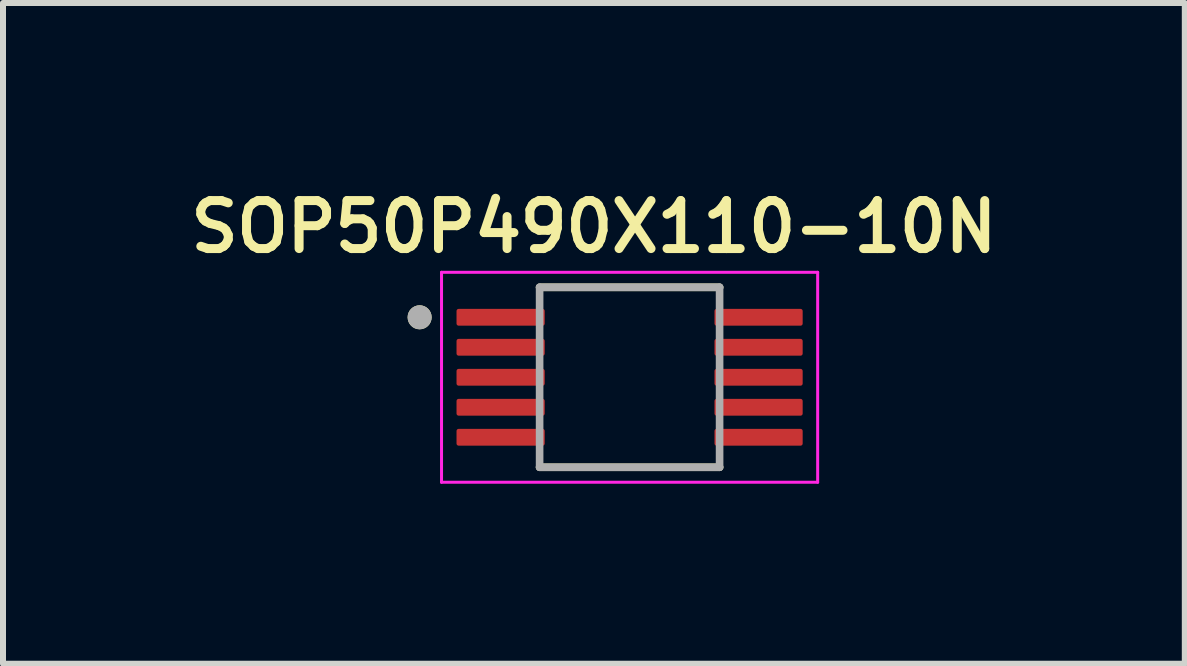
<source format=kicad_pcb>
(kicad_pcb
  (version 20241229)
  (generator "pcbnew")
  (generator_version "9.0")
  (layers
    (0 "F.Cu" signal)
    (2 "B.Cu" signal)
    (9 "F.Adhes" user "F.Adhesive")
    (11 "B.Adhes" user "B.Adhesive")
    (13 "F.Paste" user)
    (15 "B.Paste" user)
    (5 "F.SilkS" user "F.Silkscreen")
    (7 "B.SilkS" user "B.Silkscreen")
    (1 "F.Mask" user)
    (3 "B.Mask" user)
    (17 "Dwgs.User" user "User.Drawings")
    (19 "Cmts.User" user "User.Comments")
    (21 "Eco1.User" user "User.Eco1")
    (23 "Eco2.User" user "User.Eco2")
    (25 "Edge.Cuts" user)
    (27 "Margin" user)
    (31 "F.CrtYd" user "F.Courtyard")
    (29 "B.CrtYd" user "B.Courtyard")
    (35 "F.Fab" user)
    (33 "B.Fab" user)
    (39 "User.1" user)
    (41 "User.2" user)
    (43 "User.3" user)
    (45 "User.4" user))
  (footprint "SOP50P490X110-10N"
    (layer "F.Cu")
    (at 7.445 3.239)
    (property "Reference" "SOP50P490X110-10N" (at -0.595 -2.508 0) (layer "F.SilkS") (effects (font (size 0.8 0.8) (thickness 0.15))))
    (attr smd)
    (fp_line (start -1.5 -1.5) (end 1.5 -1.5) (stroke (width 0.127) (type solid)) (layer "F.SilkS"))
    (fp_line (start -1.5 1.5) (end 1.5 1.5) (stroke (width 0.127) (type solid)) (layer "F.SilkS"))
    (fp_circle (center -3.5 -1) (end -3.4 -1) (stroke (width 0.2) (type solid)) (fill no) (layer "F.SilkS"))
    (fp_line (start -3.135 -1.75) (end -3.135 1.75) (stroke (width 0.05) (type solid)) (layer "F.CrtYd"))
    (fp_line (start -3.135 -1.75) (end 3.135 -1.75) (stroke (width 0.05) (type solid)) (layer "F.CrtYd"))
    (fp_line (start -3.135 1.75) (end 3.135 1.75) (stroke (width 0.05) (type solid)) (layer "F.CrtYd"))
    (fp_line (start 3.135 -1.75) (end 3.135 1.75) (stroke (width 0.05) (type solid)) (layer "F.CrtYd"))
    (fp_line (start -1.5 -1.5) (end -1.5 1.5) (stroke (width 0.127) (type solid)) (layer "F.Fab"))
    (fp_line (start -1.5 -1.5) (end 1.5 -1.5) (stroke (width 0.127) (type solid)) (layer "F.Fab"))
    (fp_line (start -1.5 1.5) (end 1.5 1.5) (stroke (width 0.127) (type solid)) (layer "F.Fab"))
    (fp_line (start 1.5 -1.5) (end 1.5 1.5) (stroke (width 0.127) (type solid)) (layer "F.Fab"))
    (fp_circle (center -3.5 -1) (end -3.4 -1) (stroke (width 0.2) (type solid)) (fill no) (layer "F.Fab"))
    (pad "1" smd roundrect (at -2.15 -1) (size 1.47 0.28) (layers "F.Cu" "F.Mask" "F.Paste") (roundrect_rratio 0.125))
    (pad "2" smd roundrect (at -2.15 -0.5) (size 1.47 0.28) (layers "F.Cu" "F.Mask" "F.Paste") (roundrect_rratio 0.125))
    (pad "3" smd roundrect (at -2.15 0) (size 1.47 0.28) (layers "F.Cu" "F.Mask" "F.Paste") (roundrect_rratio 0.125))
    (pad "4" smd roundrect (at -2.15 0.5) (size 1.47 0.28) (layers "F.Cu" "F.Mask" "F.Paste") (roundrect_rratio 0.125))
    (pad "5" smd roundrect (at -2.15 1) (size 1.47 0.28) (layers "F.Cu" "F.Mask" "F.Paste") (roundrect_rratio 0.125))
    (pad "6" smd roundrect (at 2.15 1) (size 1.47 0.28) (layers "F.Cu" "F.Mask" "F.Paste") (roundrect_rratio 0.125))
    (pad "7" smd roundrect (at 2.15 0.5) (size 1.47 0.28) (layers "F.Cu" "F.Mask" "F.Paste") (roundrect_rratio 0.125))
    (pad "8" smd roundrect (at 2.15 0) (size 1.47 0.28) (layers "F.Cu" "F.Mask" "F.Paste") (roundrect_rratio 0.125))
    (pad "9" smd roundrect (at 2.15 -0.5) (size 1.47 0.28) (layers "F.Cu" "F.Mask" "F.Paste") (roundrect_rratio 0.125))
    (pad "10" smd roundrect (at 2.15 -1) (size 1.47 0.28) (layers "F.Cu" "F.Mask" "F.Paste") (roundrect_rratio 0.125)))
  (gr_rect
    (start -3 -3)
    (end 16.7 8.014)
    (stroke (width 0.1) (type default))
    (fill no)
    (layer "Edge.Cuts")))
</source>
